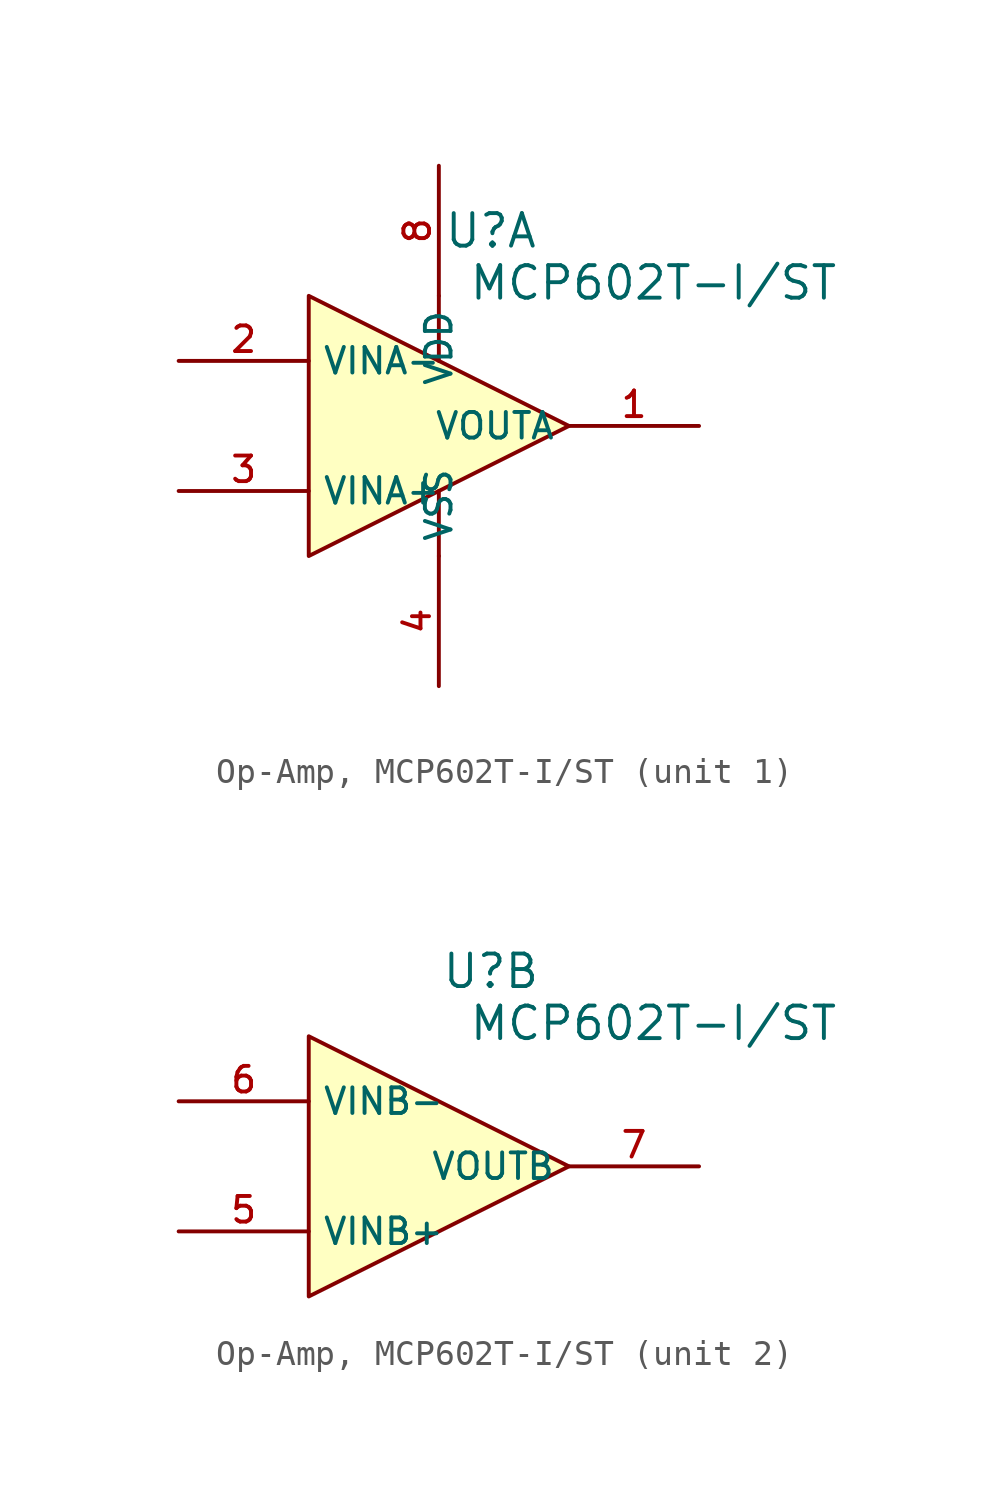
<source format=kicad_sym>
(kicad_symbol_lib
  (version 20231120)
  (generator "CDFER_Archive_Tool")
  (generator_version "0.0")
  (symbol "Op-Amp, MCP602T-I/ST"
    (property "Reference" "U"
      (at 2.032 7.62 0)
      (effects (font (size 1.27 1.27))))
    (property "Value" "MCP602T-I{slash}ST"
      (at 8.382 5.588 0)
      (effects (font (size 1.27 1.27))))
    (symbol "Op-Amp, MCP602T-I/ST_1_1"
      (polyline (pts (xy 0 -2.54) (xy 0 -5.08)) (stroke (width 0) (type default)) (fill (type none)))
      (polyline (pts (xy 0 5.08) (xy 0 2.54)) (stroke (width 0) (type default)) (fill (type none)))
      (polyline (pts (xy -5.08 -5.08) (xy 5.08 0) (xy -5.08 5.08) (xy -5.08 -5.08)) (stroke (width 0) (type default)) (fill (type background)))
      (pin output line (at 10.16 0 180) (length 5.08) (name "VOUTA" (effects (font (size 1 1)))) (number "1" (effects (font (size 1 1)))))
      (pin unspecified line (at -10.16 2.54 0) (length 5.08) (name "VINA-" (effects (font (size 1 1)))) (number "2" (effects (font (size 1 1)))))
      (pin unspecified line (at -10.16 -2.54 0) (length 5.08) (name "VINA+" (effects (font (size 1 1)))) (number "3" (effects (font (size 1 1)))))
      (pin power_in line (at 0 -10.16 90) (length 5.08) (name "VSS" (effects (font (size 1 1)))) (number "4" (effects (font (size 1 1)))))
      (pin power_in line (at 0 10.16 270) (length 5.08) (name "VDD" (effects (font (size 1 1)))) (number "8" (effects (font (size 1 1))))))
    (symbol "Op-Amp, MCP602T-I/ST_2_1"
      (polyline (pts (xy -5.08 -5.08) (xy 5.08 0) (xy -5.08 5.08) (xy -5.08 -5.08)) (stroke (width 0) (type default)) (fill (type background)))
      (pin unspecified line (at -10.16 -2.54 0) (length 5.08) (name "VINB+" (effects (font (size 1 1)))) (number "5" (effects (font (size 1 1)))))
      (pin unspecified line (at -10.16 2.54 0) (length 5.08) (name "VINB-" (effects (font (size 1 1)))) (number "6" (effects (font (size 1 1)))))
      (pin output line (at 10.16 0 180) (length 5.08) (name "VOUTB" (effects (font (size 1 1)))) (number "7" (effects (font (size 1 1))))))))
</source>
